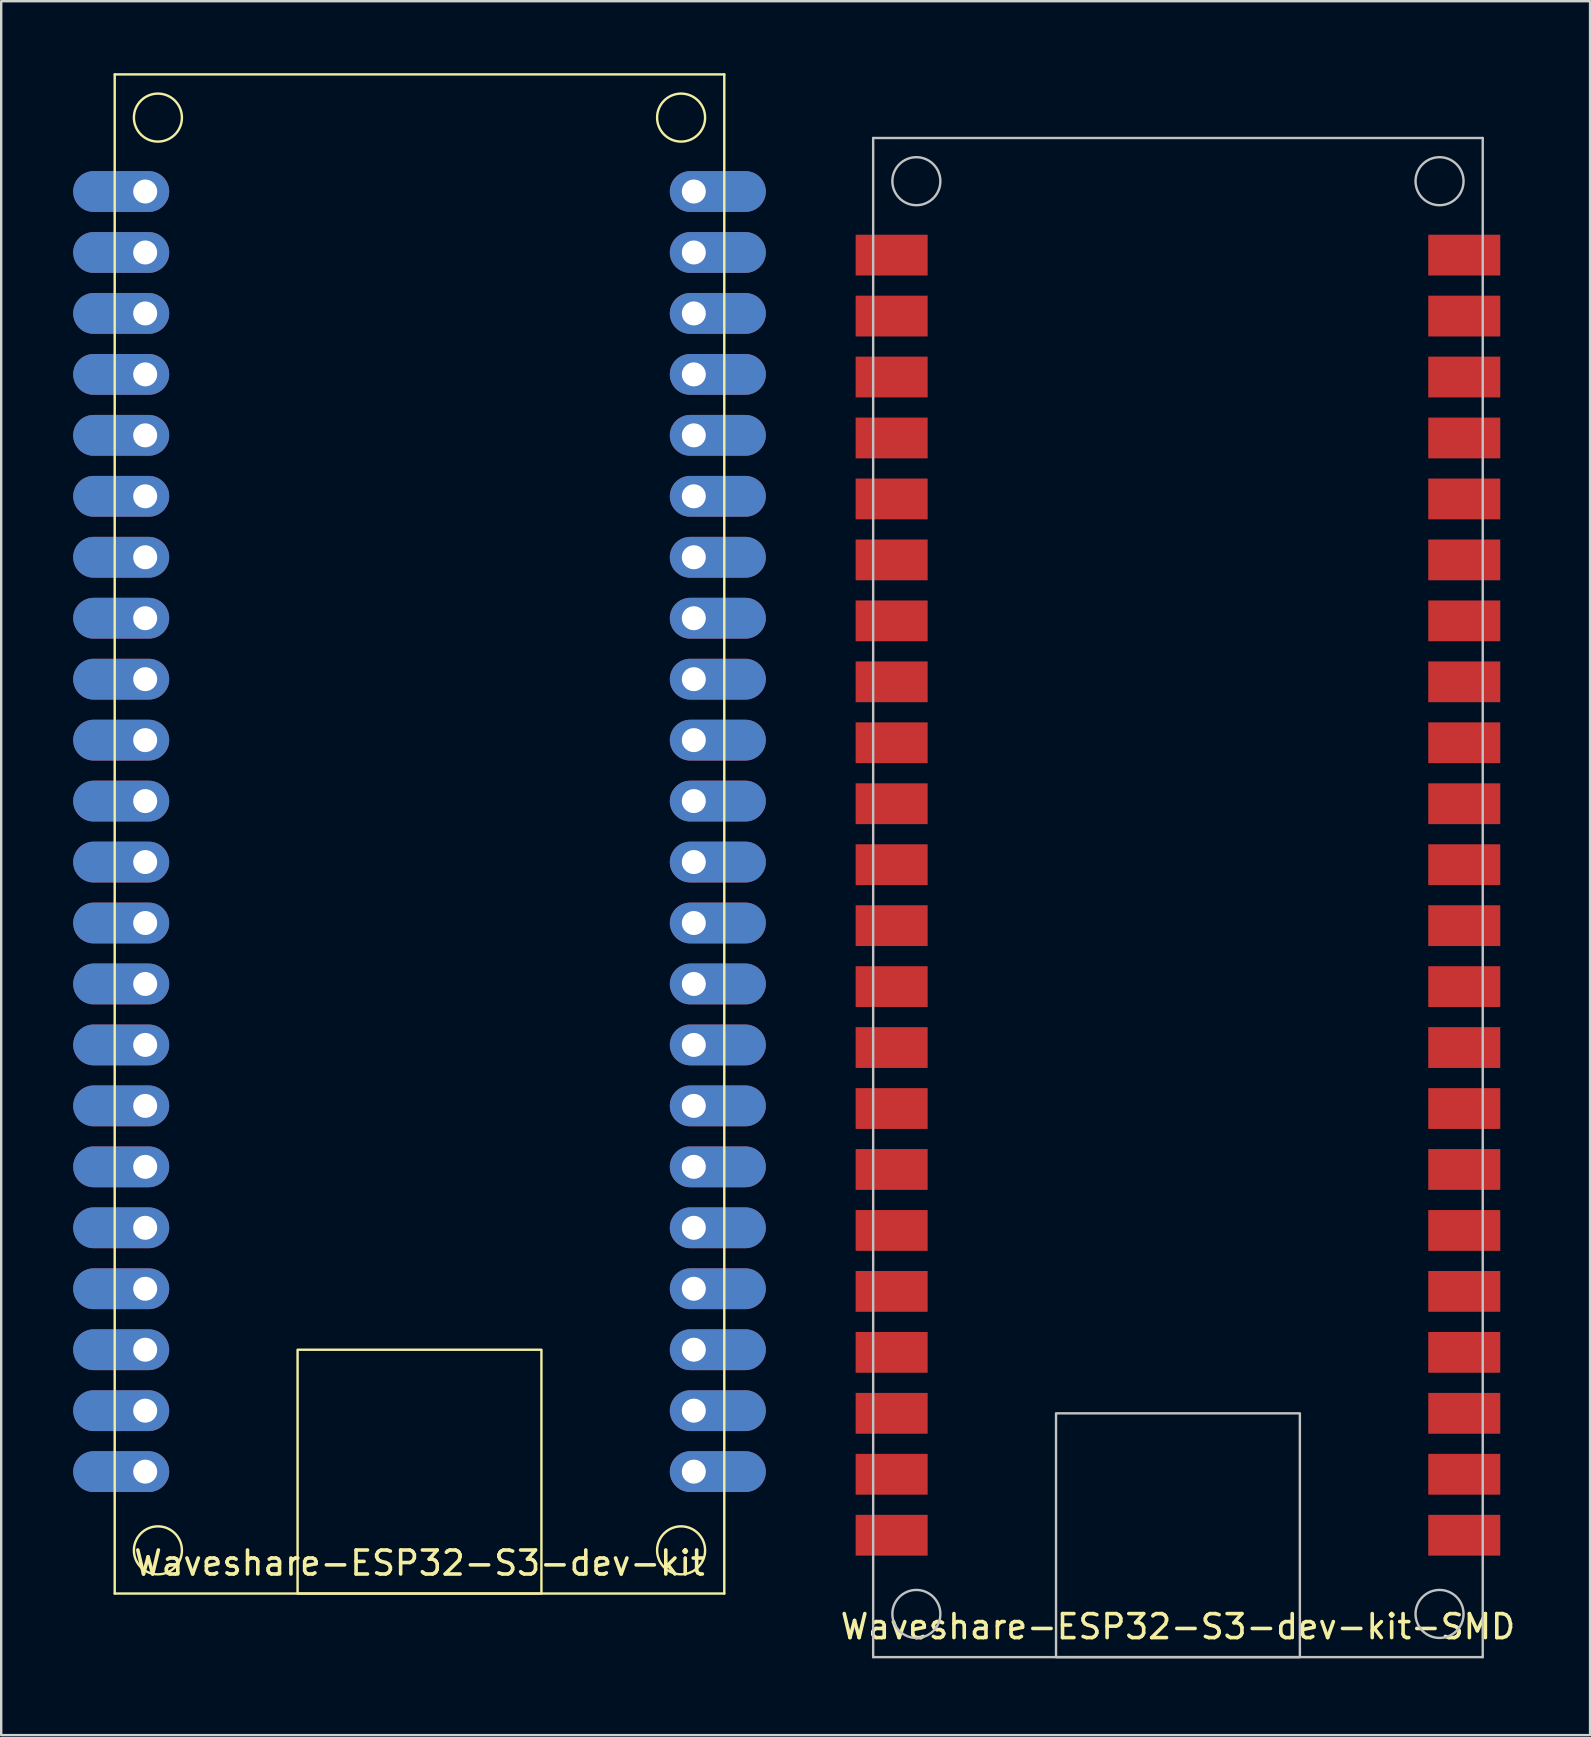
<source format=kicad_pcb>
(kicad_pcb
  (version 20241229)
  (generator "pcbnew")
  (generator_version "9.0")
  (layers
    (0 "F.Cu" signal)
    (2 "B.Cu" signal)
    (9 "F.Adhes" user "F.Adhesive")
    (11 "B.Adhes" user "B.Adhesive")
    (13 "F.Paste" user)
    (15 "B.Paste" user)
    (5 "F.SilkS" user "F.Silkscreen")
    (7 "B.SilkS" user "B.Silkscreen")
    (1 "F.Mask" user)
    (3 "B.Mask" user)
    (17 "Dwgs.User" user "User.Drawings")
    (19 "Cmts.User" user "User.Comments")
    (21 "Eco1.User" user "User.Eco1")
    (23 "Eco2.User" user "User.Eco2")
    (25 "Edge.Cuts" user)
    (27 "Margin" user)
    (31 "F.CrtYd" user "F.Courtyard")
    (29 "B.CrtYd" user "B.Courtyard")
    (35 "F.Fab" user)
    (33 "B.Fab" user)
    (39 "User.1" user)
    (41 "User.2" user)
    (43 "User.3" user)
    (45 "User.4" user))
  (footprint "Waveshare-ESP32-S3-dev-kit"
    (layer "F.Cu")
    (at 1.73 63.35)
    (property "Reference" "Waveshare-ESP32-S3-dev-kit" (at 12.7 -1.27 180) (layer "F.SilkS") (effects (font (size 1 1) (thickness 0.15))))
    (attr through_hole)
    (fp_line (start 0 -63.3) (end 0 0) (stroke (width 0.1) (type default)) (layer "F.SilkS"))
    (fp_line (start 0 0) (end 25.4 0) (stroke (width 0.1) (type default)) (layer "F.SilkS"))
    (fp_line (start 25.4 -63.3) (end 0 -63.3) (stroke (width 0.1) (type default)) (layer "F.SilkS"))
    (fp_line (start 25.4 0) (end 25.4 -63.3) (stroke (width 0.1) (type default)) (layer "F.SilkS"))
    (fp_rect (start 7.62 -10.16) (end 17.78 0) (stroke (width 0.1) (type default)) (fill no) (layer "F.SilkS"))
    (fp_circle (center 1.8 -61.5) (end 1.8 -62.5) (stroke (width 0.1) (type default)) (fill no) (layer "F.SilkS"))
    (fp_circle (center 1.8 -1.8) (end 1.8 -2.8) (stroke (width 0.1) (type default)) (fill no) (layer "F.SilkS"))
    (fp_circle (center 23.6 -61.5) (end 23.6 -62.5) (stroke (width 0.1) (type default)) (fill no) (layer "F.SilkS"))
    (fp_circle (center 23.6 -1.8) (end 23.6 -2.8) (stroke (width 0.1) (type default)) (fill no) (layer "F.SilkS"))
    (pad "1" thru_hole oval (at 1.27 -58.42) (size 4 1.7) (drill 1 (offset -1 0)) (layers "*.Cu" "*.Mask"))
    (pad "2" thru_hole oval (at 1.27 -55.88) (size 4 1.7) (drill 1 (offset -1 0)) (layers "*.Cu" "*.Mask"))
    (pad "3" thru_hole oval (at 1.27 -53.34) (size 4 1.7) (drill 1 (offset -1 0)) (layers "*.Cu" "*.Mask"))
    (pad "4" thru_hole oval (at 1.27 -50.8) (size 4 1.7) (drill 1 (offset -1 0)) (layers "*.Cu" "*.Mask"))
    (pad "5" thru_hole oval (at 1.27 -48.26) (size 4 1.7) (drill 1 (offset -1 0)) (layers "*.Cu" "*.Mask"))
    (pad "6" thru_hole oval (at 1.27 -45.72) (size 4 1.7) (drill 1 (offset -1 0)) (layers "*.Cu" "*.Mask"))
    (pad "7" thru_hole oval (at 1.27 -43.18) (size 4 1.7) (drill 1 (offset -1 0)) (layers "*.Cu" "*.Mask"))
    (pad "8" thru_hole oval (at 1.27 -40.64) (size 4 1.7) (drill 1 (offset -1 0)) (layers "*.Cu" "*.Mask"))
    (pad "9" thru_hole oval (at 1.27 -38.1) (size 4 1.7) (drill 1 (offset -1 0)) (layers "*.Cu" "*.Mask"))
    (pad "10" thru_hole oval (at 1.27 -35.56) (size 4 1.7) (drill 1 (offset -1 0)) (layers "*.Cu" "*.Mask"))
    (pad "11" thru_hole oval (at 1.27 -33.02) (size 4 1.7) (drill 1 (offset -1 0)) (layers "*.Cu" "*.Mask"))
    (pad "12" thru_hole oval (at 1.27 -30.48) (size 4 1.7) (drill 1 (offset -1 0)) (layers "*.Cu" "*.Mask"))
    (pad "13" thru_hole oval (at 1.27 -27.94) (size 4 1.7) (drill 1 (offset -1 0)) (layers "*.Cu" "*.Mask"))
    (pad "14" thru_hole oval (at 1.27 -25.4) (size 4 1.7) (drill 1 (offset -1 0)) (layers "*.Cu" "*.Mask"))
    (pad "15" thru_hole oval (at 1.27 -22.86) (size 4 1.7) (drill 1 (offset -1 0)) (layers "*.Cu" "*.Mask"))
    (pad "16" thru_hole oval (at 1.27 -20.32) (size 4 1.7) (drill 1 (offset -1 0)) (layers "*.Cu" "*.Mask"))
    (pad "17" thru_hole oval (at 1.27 -17.78) (size 4 1.7) (drill 1 (offset -1 0)) (layers "*.Cu" "*.Mask"))
    (pad "18" thru_hole oval (at 1.27 -15.24) (size 4 1.7) (drill 1 (offset -1 0)) (layers "*.Cu" "*.Mask"))
    (pad "19" thru_hole oval (at 1.27 -12.7) (size 4 1.7) (drill 1 (offset -1 0)) (layers "*.Cu" "*.Mask"))
    (pad "20" thru_hole oval (at 1.27 -10.16) (size 4 1.7) (drill 1 (offset -1 0)) (layers "*.Cu" "*.Mask"))
    (pad "21" thru_hole oval (at 1.27 -7.62) (size 4 1.7) (drill 1 (offset -1 0)) (layers "*.Cu" "*.Mask"))
    (pad "22" thru_hole oval (at 1.27 -5.08) (size 4 1.7) (drill 1 (offset -1 0)) (layers "*.Cu" "*.Mask"))
    (pad "23" thru_hole oval (at 24.13 -5.08 180) (size 4 1.7) (drill 1 (offset -1 0)) (layers "*.Cu" "*.Mask"))
    (pad "24" thru_hole oval (at 24.13 -7.62 180) (size 4 1.7) (drill 1 (offset -1 0)) (layers "*.Cu" "*.Mask"))
    (pad "25" thru_hole oval (at 24.13 -10.16 180) (size 4 1.7) (drill 1 (offset -1 0)) (layers "*.Cu" "*.Mask"))
    (pad "26" thru_hole oval (at 24.13 -12.7 180) (size 4 1.7) (drill 1 (offset -1 0)) (layers "*.Cu" "*.Mask"))
    (pad "27" thru_hole oval (at 24.13 -15.24 180) (size 4 1.7) (drill 1 (offset -1 0)) (layers "*.Cu" "*.Mask"))
    (pad "28" thru_hole oval (at 24.13 -17.78 180) (size 4 1.7) (drill 1 (offset -1 0)) (layers "*.Cu" "*.Mask"))
    (pad "29" thru_hole oval (at 24.13 -20.32 180) (size 4 1.7) (drill 1 (offset -1 0)) (layers "*.Cu" "*.Mask"))
    (pad "30" thru_hole oval (at 24.13 -22.86 180) (size 4 1.7) (drill 1 (offset -1 0)) (layers "*.Cu" "*.Mask"))
    (pad "31" thru_hole oval (at 24.13 -25.4 180) (size 4 1.7) (drill 1 (offset -1 0)) (layers "*.Cu" "*.Mask"))
    (pad "32" thru_hole oval (at 24.13 -27.94 180) (size 4 1.7) (drill 1 (offset -1 0)) (layers "*.Cu" "*.Mask"))
    (pad "33" thru_hole oval (at 24.13 -30.48 180) (size 4 1.7) (drill 1 (offset -1 0)) (layers "*.Cu" "*.Mask"))
    (pad "34" thru_hole oval (at 24.13 -33.02 180) (size 4 1.7) (drill 1 (offset -1 0)) (layers "*.Cu" "*.Mask"))
    (pad "35" thru_hole oval (at 24.13 -35.56 180) (size 4 1.7) (drill 1 (offset -1 0)) (layers "*.Cu" "*.Mask"))
    (pad "36" thru_hole oval (at 24.13 -38.1 180) (size 4 1.7) (drill 1 (offset -1 0)) (layers "*.Cu" "*.Mask"))
    (pad "37" thru_hole oval (at 24.13 -40.64 180) (size 4 1.7) (drill 1 (offset -1 0)) (layers "*.Cu" "*.Mask"))
    (pad "38" thru_hole oval (at 24.13 -43.18 180) (size 4 1.7) (drill 1 (offset -1 0)) (layers "*.Cu" "*.Mask"))
    (pad "39" thru_hole oval (at 24.13 -45.72 180) (size 4 1.7) (drill 1 (offset -1 0)) (layers "*.Cu" "*.Mask"))
    (pad "40" thru_hole oval (at 24.13 -48.26 180) (size 4 1.7) (drill 1 (offset -1 0)) (layers "*.Cu" "*.Mask"))
    (pad "41" thru_hole oval (at 24.13 -50.8 180) (size 4 1.7) (drill 1 (offset -1 0)) (layers "*.Cu" "*.Mask"))
    (pad "42" thru_hole oval (at 24.13 -53.34 180) (size 4 1.7) (drill 1 (offset -1 0)) (layers "*.Cu" "*.Mask"))
    (pad "43" thru_hole oval (at 24.13 -55.88 180) (size 4 1.7) (drill 1 (offset -1 0)) (layers "*.Cu" "*.Mask"))
    (pad "44" thru_hole oval (at 24.13 -58.42 180) (size 4 1.7) (drill 1 (offset -1 0)) (layers "*.Cu" "*.Mask")))
  (footprint "Waveshare-ESP32-S3-dev-kit-SMD"
    (layer "F.Cu")
    (at 33.333 66)
    (property "Reference" "Waveshare-ESP32-S3-dev-kit-SMD" (at 12.7 -1.27 180) (layer "F.SilkS") (effects (font (size 1 1) (thickness 0.15))))
    (attr through_hole)
    (fp_line (start 0 -63.3) (end 0 0) (stroke (width 0.1) (type default)) (layer "Dwgs.User"))
    (fp_line (start 0 0) (end 25.4 0) (stroke (width 0.1) (type default)) (layer "Dwgs.User"))
    (fp_line (start 25.4 -63.3) (end 0 -63.3) (stroke (width 0.1) (type default)) (layer "Dwgs.User"))
    (fp_line (start 25.4 0) (end 25.4 -63.3) (stroke (width 0.1) (type default)) (layer "Dwgs.User"))
    (fp_rect (start 7.62 -10.16) (end 17.78 0) (stroke (width 0.1) (type default)) (fill no) (layer "Dwgs.User"))
    (fp_circle (center 1.8 -61.5) (end 2.8 -61.5) (stroke (width 0.1) (type default)) (fill no) (layer "Dwgs.User"))
    (fp_circle (center 1.8 -1.8) (end 2.8 -1.8) (stroke (width 0.1) (type default)) (fill no) (layer "Dwgs.User"))
    (fp_circle (center 23.6 -61.5) (end 24.6 -61.5) (stroke (width 0.1) (type default)) (fill no) (layer "Dwgs.User"))
    (fp_circle (center 23.6 -1.8) (end 24.6 -1.8) (stroke (width 0.1) (type default)) (fill no) (layer "Dwgs.User"))
    (pad "1" smd rect (at 0.77 -58.42) (size 3 1.7) (layers "F.Cu" "F.Mask" "F.Paste"))
    (pad "2" smd rect (at 0.77 -55.88) (size 3 1.7) (layers "F.Cu" "F.Mask" "F.Paste"))
    (pad "3" smd rect (at 0.77 -53.34) (size 3 1.7) (layers "F.Cu" "F.Mask" "F.Paste"))
    (pad "4" smd rect (at 0.77 -50.8) (size 3 1.7) (layers "F.Cu" "F.Mask" "F.Paste"))
    (pad "5" smd rect (at 0.77 -48.26) (size 3 1.7) (layers "F.Cu" "F.Mask" "F.Paste"))
    (pad "6" smd rect (at 0.77 -45.72) (size 3 1.7) (layers "F.Cu" "F.Mask" "F.Paste"))
    (pad "7" smd rect (at 0.77 -43.18) (size 3 1.7) (layers "F.Cu" "F.Mask" "F.Paste"))
    (pad "8" smd rect (at 0.77 -40.64) (size 3 1.7) (layers "F.Cu" "F.Mask" "F.Paste"))
    (pad "9" smd rect (at 0.77 -38.1) (size 3 1.7) (layers "F.Cu" "F.Mask" "F.Paste"))
    (pad "10" smd rect (at 0.77 -35.56) (size 3 1.7) (layers "F.Cu" "F.Mask" "F.Paste"))
    (pad "11" smd rect (at 0.77 -33.02) (size 3 1.7) (layers "F.Cu" "F.Mask" "F.Paste"))
    (pad "12" smd rect (at 0.77 -30.48) (size 3 1.7) (layers "F.Cu" "F.Mask" "F.Paste"))
    (pad "13" smd rect (at 0.77 -27.94) (size 3 1.7) (layers "F.Cu" "F.Mask" "F.Paste"))
    (pad "14" smd rect (at 0.77 -25.4) (size 3 1.7) (layers "F.Cu" "F.Mask" "F.Paste"))
    (pad "15" smd rect (at 0.77 -22.86) (size 3 1.7) (layers "F.Cu" "F.Mask" "F.Paste"))
    (pad "16" smd rect (at 0.77 -20.32) (size 3 1.7) (layers "F.Cu" "F.Mask" "F.Paste"))
    (pad "17" smd rect (at 0.77 -17.78) (size 3 1.7) (layers "F.Cu" "F.Mask" "F.Paste"))
    (pad "18" smd rect (at 0.77 -15.24) (size 3 1.7) (layers "F.Cu" "F.Mask" "F.Paste"))
    (pad "19" smd rect (at 0.77 -12.7) (size 3 1.7) (layers "F.Cu" "F.Mask" "F.Paste"))
    (pad "20" smd rect (at 0.77 -10.16) (size 3 1.7) (layers "F.Cu" "F.Mask" "F.Paste"))
    (pad "21" smd rect (at 0.77 -7.62) (size 3 1.7) (layers "F.Cu" "F.Mask" "F.Paste"))
    (pad "22" smd rect (at 0.77 -5.08) (size 3 1.7) (layers "F.Cu" "F.Mask" "F.Paste"))
    (pad "23" smd rect (at 24.63 -5.08) (size 3 1.7) (layers "F.Cu" "F.Mask" "F.Paste"))
    (pad "24" smd rect (at 24.63 -7.62) (size 3 1.7) (layers "F.Cu" "F.Mask" "F.Paste"))
    (pad "25" smd rect (at 24.63 -10.16) (size 3 1.7) (layers "F.Cu" "F.Mask" "F.Paste"))
    (pad "26" smd rect (at 24.63 -12.7) (size 3 1.7) (layers "F.Cu" "F.Mask" "F.Paste"))
    (pad "27" smd rect (at 24.63 -15.24) (size 3 1.7) (layers "F.Cu" "F.Mask" "F.Paste"))
    (pad "28" smd rect (at 24.63 -17.78) (size 3 1.7) (layers "F.Cu" "F.Mask" "F.Paste"))
    (pad "29" smd rect (at 24.63 -20.32) (size 3 1.7) (layers "F.Cu" "F.Mask" "F.Paste"))
    (pad "30" smd rect (at 24.63 -22.86) (size 3 1.7) (layers "F.Cu" "F.Mask" "F.Paste"))
    (pad "31" smd rect (at 24.63 -25.4) (size 3 1.7) (layers "F.Cu" "F.Mask" "F.Paste"))
    (pad "32" smd rect (at 24.63 -27.94) (size 3 1.7) (layers "F.Cu" "F.Mask" "F.Paste"))
    (pad "33" smd rect (at 24.63 -30.48) (size 3 1.7) (layers "F.Cu" "F.Mask" "F.Paste"))
    (pad "34" smd rect (at 24.63 -33.02) (size 3 1.7) (layers "F.Cu" "F.Mask" "F.Paste"))
    (pad "35" smd rect (at 24.63 -35.56) (size 3 1.7) (layers "F.Cu" "F.Mask" "F.Paste"))
    (pad "36" smd rect (at 24.63 -38.1) (size 3 1.7) (layers "F.Cu" "F.Mask" "F.Paste"))
    (pad "37" smd rect (at 24.63 -40.64) (size 3 1.7) (layers "F.Cu" "F.Mask" "F.Paste"))
    (pad "38" smd rect (at 24.63 -43.18) (size 3 1.7) (layers "F.Cu" "F.Mask" "F.Paste"))
    (pad "39" smd rect (at 24.63 -45.72) (size 3 1.7) (layers "F.Cu" "F.Mask" "F.Paste"))
    (pad "40" smd rect (at 24.63 -48.26) (size 3 1.7) (layers "F.Cu" "F.Mask" "F.Paste"))
    (pad "41" smd rect (at 24.63 -50.8) (size 3 1.7) (layers "F.Cu" "F.Mask" "F.Paste"))
    (pad "42" smd rect (at 24.63 -53.34) (size 3 1.7) (layers "F.Cu" "F.Mask" "F.Paste"))
    (pad "43" smd rect (at 24.63 -55.88) (size 3 1.7) (layers "F.Cu" "F.Mask" "F.Paste"))
    (pad "44" smd rect (at 24.63 -58.42) (size 3 1.7) (layers "F.Cu" "F.Mask" "F.Paste"))
    (zone (net_name "") (layers "F.Cu" "B.Cu") (hatch edge 0.5) (connect_pads) (min_thickness 0.25) (filled_areas_thickness no) (keepout (tracks not_allowed) (vias not_allowed) (pads not_allowed) (copperpour not_allowed) (footprints not_allowed)) (placement (enabled no)) (fill) (polygon (pts (xy 36.333 8) (xy 55.833 8) (xy 55.833 0) (xy 36.333 0)))))
  (gr_rect
    (start -3 -3)
    (end 63.205 69.25)
    (stroke (width 0.1) (type default))
    (fill no)
    (layer "Edge.Cuts")))
</source>
